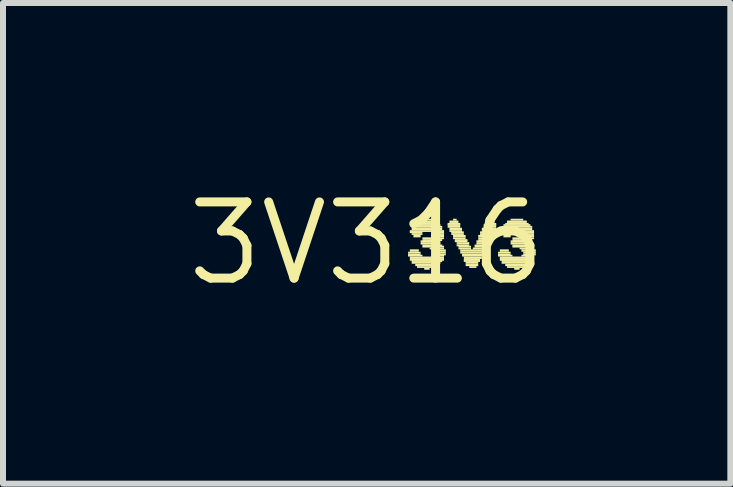
<source format=kicad_pcb>
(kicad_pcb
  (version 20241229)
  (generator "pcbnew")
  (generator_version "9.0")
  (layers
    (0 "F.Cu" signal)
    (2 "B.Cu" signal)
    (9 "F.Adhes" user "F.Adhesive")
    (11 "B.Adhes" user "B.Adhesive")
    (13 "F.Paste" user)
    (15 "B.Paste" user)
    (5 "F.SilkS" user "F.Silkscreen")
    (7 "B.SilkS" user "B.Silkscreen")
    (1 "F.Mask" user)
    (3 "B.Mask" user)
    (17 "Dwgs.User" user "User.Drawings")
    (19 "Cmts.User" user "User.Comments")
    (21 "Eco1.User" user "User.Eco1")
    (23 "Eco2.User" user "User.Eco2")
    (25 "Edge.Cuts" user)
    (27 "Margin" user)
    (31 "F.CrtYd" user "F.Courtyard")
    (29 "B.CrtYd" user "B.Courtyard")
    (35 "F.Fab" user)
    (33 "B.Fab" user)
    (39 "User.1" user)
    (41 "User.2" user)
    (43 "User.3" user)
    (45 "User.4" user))
  (footprint "3V316"
    (layer "F.Cu")
    (at 3.061 1.006)
    (property "Reference" "3V316" (at 0 0 0) (layer "F.SilkS") (effects (font (size 1.27 1.27) (thickness 0.15))))
    (fp_poly (pts (xy 0.69 0.17) (xy 0.9 0.17) (xy 0.9 0.14) (xy 0.69 0.14)) (stroke (width 0) (type default)) (fill yes) (layer "F.SilkS"))
    (fp_poly (pts (xy 0.69 0.2) (xy 0.9 0.2) (xy 0.9 0.17) (xy 0.69 0.17)) (stroke (width 0) (type default)) (fill yes) (layer "F.SilkS"))
    (fp_poly (pts (xy 0.69 0.22) (xy 0.93 0.22) (xy 0.93 0.19) (xy 0.69 0.19)) (stroke (width 0) (type default)) (fill yes) (layer "F.SilkS"))
    (fp_poly (pts (xy 0.72 -0.19) (xy 1.29 -0.19) (xy 1.29 -0.22) (xy 0.72 -0.22)) (stroke (width 0) (type default)) (fill yes) (layer "F.SilkS"))
    (fp_poly (pts (xy 0.72 -0.17) (xy 0.93 -0.17) (xy 0.93 -0.2) (xy 0.72 -0.2)) (stroke (width 0) (type default)) (fill yes) (layer "F.SilkS"))
    (fp_poly (pts (xy 0.72 0.14) (xy 0.87 0.14) (xy 0.87 0.1) (xy 0.72 0.1)) (stroke (width 0) (type default)) (fill yes) (layer "F.SilkS"))
    (fp_poly (pts (xy 0.72 0.26) (xy 1.29 0.26) (xy 1.29 0.22) (xy 0.72 0.22)) (stroke (width 0) (type default)) (fill yes) (layer "F.SilkS"))
    (fp_poly (pts (xy 0.72 0.29) (xy 1.29 0.29) (xy 1.29 0.26) (xy 0.72 0.26)) (stroke (width 0) (type default)) (fill yes) (layer "F.SilkS"))
    (fp_poly (pts (xy 0.75 -0.26) (xy 1.26 -0.26) (xy 1.26 -0.29) (xy 0.75 -0.29)) (stroke (width 0) (type default)) (fill yes) (layer "F.SilkS"))
    (fp_poly (pts (xy 0.75 -0.22) (xy 1.26 -0.22) (xy 1.26 -0.26) (xy 0.75 -0.26)) (stroke (width 0) (type default)) (fill yes) (layer "F.SilkS"))
    (fp_poly (pts (xy 0.75 -0.14) (xy 0.93 -0.14) (xy 0.93 -0.17) (xy 0.75 -0.17)) (stroke (width 0) (type default)) (fill yes) (layer "F.SilkS"))
    (fp_poly (pts (xy 0.75 0.31) (xy 1.26 0.31) (xy 1.26 0.28) (xy 0.75 0.28)) (stroke (width 0) (type default)) (fill yes) (layer "F.SilkS"))
    (fp_poly (pts (xy 0.75 0.34) (xy 1.23 0.34) (xy 1.23 0.31) (xy 0.75 0.31)) (stroke (width 0) (type default)) (fill yes) (layer "F.SilkS"))
    (fp_poly (pts (xy 0.78 -0.29) (xy 1.23 -0.29) (xy 1.23 -0.32) (xy 0.78 -0.32)) (stroke (width 0) (type default)) (fill yes) (layer "F.SilkS"))
    (fp_poly (pts (xy 0.78 -0.1) (xy 0.9 -0.1) (xy 0.9 -0.14) (xy 0.78 -0.14)) (stroke (width 0) (type default)) (fill yes) (layer "F.SilkS"))
    (fp_poly (pts (xy 0.81 -0.31) (xy 1.2 -0.31) (xy 1.2 -0.34) (xy 0.81 -0.34)) (stroke (width 0) (type default)) (fill yes) (layer "F.SilkS"))
    (fp_poly (pts (xy 0.81 0.38) (xy 1.2 0.38) (xy 1.2 0.34) (xy 0.81 0.34)) (stroke (width 0) (type default)) (fill yes) (layer "F.SilkS"))
    (fp_poly (pts (xy 0.84 -0.34) (xy 1.17 -0.34) (xy 1.17 -0.38) (xy 0.84 -0.38)) (stroke (width 0) (type default)) (fill yes) (layer "F.SilkS"))
    (fp_poly (pts (xy 0.84 0.41) (xy 1.14 0.41) (xy 1.14 0.38) (xy 0.84 0.38)) (stroke (width 0) (type default)) (fill yes) (layer "F.SilkS"))
    (fp_poly (pts (xy 0.9 -0.38) (xy 1.11 -0.38) (xy 1.11 -0.41) (xy 0.9 -0.41)) (stroke (width 0) (type default)) (fill yes) (layer "F.SilkS"))
    (fp_poly (pts (xy 0.9 -0.02) (xy 1.23 -0.02) (xy 1.23 -0.05) (xy 0.9 -0.05)) (stroke (width 0) (type default)) (fill yes) (layer "F.SilkS"))
    (fp_poly (pts (xy 0.9 0.02) (xy 1.23 0.02) (xy 1.23 -0.02) (xy 0.9 -0.02)) (stroke (width 0) (type default)) (fill yes) (layer "F.SilkS"))
    (fp_poly (pts (xy 0.93 -0.07) (xy 1.29 -0.07) (xy 1.29 -0.1) (xy 0.93 -0.1)) (stroke (width 0) (type default)) (fill yes) (layer "F.SilkS"))
    (fp_poly (pts (xy 0.93 -0.04) (xy 1.26 -0.04) (xy 1.26 -0.07) (xy 0.93 -0.07)) (stroke (width 0) (type default)) (fill yes) (layer "F.SilkS"))
    (fp_poly (pts (xy 0.93 0.05) (xy 1.26 0.05) (xy 1.26 0.02) (xy 0.93 0.02)) (stroke (width 0) (type default)) (fill yes) (layer "F.SilkS"))
    (fp_poly (pts (xy 0.93 0.07) (xy 1.29 0.07) (xy 1.29 0.04) (xy 0.93 0.04)) (stroke (width 0) (type default)) (fill yes) (layer "F.SilkS"))
    (fp_poly (pts (xy 0.96 0.44) (xy 1.05 0.44) (xy 1.05 0.41) (xy 0.96 0.41)) (stroke (width 0) (type default)) (fill yes) (layer "F.SilkS"))
    (fp_poly (pts (xy 1.05 0.1) (xy 1.29 0.1) (xy 1.29 0.07) (xy 1.05 0.07)) (stroke (width 0) (type default)) (fill yes) (layer "F.SilkS"))
    (fp_poly (pts (xy 1.08 -0.17) (xy 1.29 -0.17) (xy 1.29 -0.2) (xy 1.08 -0.2)) (stroke (width 0) (type default)) (fill yes) (layer "F.SilkS"))
    (fp_poly (pts (xy 1.08 -0.14) (xy 1.29 -0.14) (xy 1.29 -0.17) (xy 1.08 -0.17)) (stroke (width 0) (type default)) (fill yes) (layer "F.SilkS"))
    (fp_poly (pts (xy 1.08 -0.1) (xy 1.29 -0.1) (xy 1.29 -0.14) (xy 1.08 -0.14)) (stroke (width 0) (type default)) (fill yes) (layer "F.SilkS"))
    (fp_poly (pts (xy 1.08 0.14) (xy 1.32 0.14) (xy 1.32 0.1) (xy 1.08 0.1)) (stroke (width 0) (type default)) (fill yes) (layer "F.SilkS"))
    (fp_poly (pts (xy 1.08 0.22) (xy 1.29 0.22) (xy 1.29 0.19) (xy 1.08 0.19)) (stroke (width 0) (type default)) (fill yes) (layer "F.SilkS"))
    (fp_poly (pts (xy 1.11 0.17) (xy 1.32 0.17) (xy 1.32 0.14) (xy 1.11 0.14)) (stroke (width 0) (type default)) (fill yes) (layer "F.SilkS"))
    (fp_poly (pts (xy 1.11 0.2) (xy 1.32 0.2) (xy 1.32 0.17) (xy 1.11 0.17)) (stroke (width 0) (type default)) (fill yes) (layer "F.SilkS"))
    (fp_poly (pts (xy 1.35 -0.31) (xy 1.56 -0.31) (xy 1.56 -0.34) (xy 1.35 -0.34)) (stroke (width 0) (type default)) (fill yes) (layer "F.SilkS"))
    (fp_poly (pts (xy 1.35 -0.29) (xy 1.56 -0.29) (xy 1.56 -0.32) (xy 1.35 -0.32)) (stroke (width 0) (type default)) (fill yes) (layer "F.SilkS"))
    (fp_poly (pts (xy 1.35 -0.26) (xy 1.56 -0.26) (xy 1.56 -0.29) (xy 1.35 -0.29)) (stroke (width 0) (type default)) (fill yes) (layer "F.SilkS"))
    (fp_poly (pts (xy 1.38 -0.34) (xy 1.53 -0.34) (xy 1.53 -0.38) (xy 1.38 -0.38)) (stroke (width 0) (type default)) (fill yes) (layer "F.SilkS"))
    (fp_poly (pts (xy 1.38 -0.22) (xy 1.59 -0.22) (xy 1.59 -0.26) (xy 1.38 -0.26)) (stroke (width 0) (type default)) (fill yes) (layer "F.SilkS"))
    (fp_poly (pts (xy 1.38 -0.19) (xy 1.59 -0.19) (xy 1.59 -0.22) (xy 1.38 -0.22)) (stroke (width 0) (type default)) (fill yes) (layer "F.SilkS"))
    (fp_poly (pts (xy 1.41 -0.17) (xy 1.62 -0.17) (xy 1.62 -0.2) (xy 1.41 -0.2)) (stroke (width 0) (type default)) (fill yes) (layer "F.SilkS"))
    (fp_poly (pts (xy 1.41 -0.14) (xy 1.62 -0.14) (xy 1.62 -0.17) (xy 1.41 -0.17)) (stroke (width 0) (type default)) (fill yes) (layer "F.SilkS"))
    (fp_poly (pts (xy 1.44 -0.38) (xy 1.5 -0.38) (xy 1.5 -0.41) (xy 1.44 -0.41)) (stroke (width 0) (type default)) (fill yes) (layer "F.SilkS"))
    (fp_poly (pts (xy 1.44 -0.1) (xy 1.65 -0.1) (xy 1.65 -0.14) (xy 1.44 -0.14)) (stroke (width 0) (type default)) (fill yes) (layer "F.SilkS"))
    (fp_poly (pts (xy 1.44 -0.07) (xy 1.65 -0.07) (xy 1.65 -0.1) (xy 1.44 -0.1)) (stroke (width 0) (type default)) (fill yes) (layer "F.SilkS"))
    (fp_poly (pts (xy 1.47 -0.04) (xy 1.68 -0.04) (xy 1.68 -0.07) (xy 1.47 -0.07)) (stroke (width 0) (type default)) (fill yes) (layer "F.SilkS"))
    (fp_poly (pts (xy 1.47 -0.02) (xy 1.68 -0.02) (xy 1.68 -0.05) (xy 1.47 -0.05)) (stroke (width 0) (type default)) (fill yes) (layer "F.SilkS"))
    (fp_poly (pts (xy 1.5 0.02) (xy 1.71 0.02) (xy 1.71 -0.02) (xy 1.5 -0.02)) (stroke (width 0) (type default)) (fill yes) (layer "F.SilkS"))
    (fp_poly (pts (xy 1.5 0.05) (xy 1.71 0.05) (xy 1.71 0.02) (xy 1.5 0.02)) (stroke (width 0) (type default)) (fill yes) (layer "F.SilkS"))
    (fp_poly (pts (xy 1.53 0.07) (xy 1.74 0.07) (xy 1.74 0.04) (xy 1.53 0.04)) (stroke (width 0) (type default)) (fill yes) (layer "F.SilkS"))
    (fp_poly (pts (xy 1.53 0.1) (xy 1.74 0.1) (xy 1.74 0.07) (xy 1.53 0.07)) (stroke (width 0) (type default)) (fill yes) (layer "F.SilkS"))
    (fp_poly (pts (xy 1.56 0.14) (xy 1.98 0.14) (xy 1.98 0.1) (xy 1.56 0.1)) (stroke (width 0) (type default)) (fill yes) (layer "F.SilkS"))
    (fp_poly (pts (xy 1.56 0.17) (xy 1.95 0.17) (xy 1.95 0.14) (xy 1.56 0.14)) (stroke (width 0) (type default)) (fill yes) (layer "F.SilkS"))
    (fp_poly (pts (xy 1.59 0.2) (xy 1.95 0.2) (xy 1.95 0.17) (xy 1.59 0.17)) (stroke (width 0) (type default)) (fill yes) (layer "F.SilkS"))
    (fp_poly (pts (xy 1.59 0.22) (xy 1.92 0.22) (xy 1.92 0.19) (xy 1.59 0.19)) (stroke (width 0) (type default)) (fill yes) (layer "F.SilkS"))
    (fp_poly (pts (xy 1.62 0.26) (xy 1.92 0.26) (xy 1.92 0.22) (xy 1.62 0.22)) (stroke (width 0) (type default)) (fill yes) (layer "F.SilkS"))
    (fp_poly (pts (xy 1.62 0.29) (xy 1.89 0.29) (xy 1.89 0.26) (xy 1.62 0.26)) (stroke (width 0) (type default)) (fill yes) (layer "F.SilkS"))
    (fp_poly (pts (xy 1.62 0.31) (xy 1.89 0.31) (xy 1.89 0.28) (xy 1.62 0.28)) (stroke (width 0) (type default)) (fill yes) (layer "F.SilkS"))
    (fp_poly (pts (xy 1.65 0.34) (xy 1.86 0.34) (xy 1.86 0.31) (xy 1.65 0.31)) (stroke (width 0) (type default)) (fill yes) (layer "F.SilkS"))
    (fp_poly (pts (xy 1.65 0.38) (xy 1.86 0.38) (xy 1.86 0.34) (xy 1.65 0.34)) (stroke (width 0) (type default)) (fill yes) (layer "F.SilkS"))
    (fp_poly (pts (xy 1.71 0.41) (xy 1.83 0.41) (xy 1.83 0.38) (xy 1.71 0.38)) (stroke (width 0) (type default)) (fill yes) (layer "F.SilkS"))
    (fp_poly (pts (xy 1.77 0.1) (xy 1.98 0.1) (xy 1.98 0.07) (xy 1.77 0.07)) (stroke (width 0) (type default)) (fill yes) (layer "F.SilkS"))
    (fp_poly (pts (xy 1.8 0.05) (xy 2.01 0.05) (xy 2.01 0.02) (xy 1.8 0.02)) (stroke (width 0) (type default)) (fill yes) (layer "F.SilkS"))
    (fp_poly (pts (xy 1.8 0.07) (xy 2.01 0.07) (xy 2.01 0.04) (xy 1.8 0.04)) (stroke (width 0) (type default)) (fill yes) (layer "F.SilkS"))
    (fp_poly (pts (xy 1.83 -0.02) (xy 2.04 -0.02) (xy 2.04 -0.05) (xy 1.83 -0.05)) (stroke (width 0) (type default)) (fill yes) (layer "F.SilkS"))
    (fp_poly (pts (xy 1.83 0.02) (xy 2.04 0.02) (xy 2.04 -0.02) (xy 1.83 -0.02)) (stroke (width 0) (type default)) (fill yes) (layer "F.SilkS"))
    (fp_poly (pts (xy 1.86 -0.1) (xy 2.1 -0.1) (xy 2.1 -0.14) (xy 1.86 -0.14)) (stroke (width 0) (type default)) (fill yes) (layer "F.SilkS"))
    (fp_poly (pts (xy 1.86 -0.07) (xy 2.07 -0.07) (xy 2.07 -0.1) (xy 1.86 -0.1)) (stroke (width 0) (type default)) (fill yes) (layer "F.SilkS"))
    (fp_poly (pts (xy 1.86 -0.04) (xy 2.07 -0.04) (xy 2.07 -0.07) (xy 1.86 -0.07)) (stroke (width 0) (type default)) (fill yes) (layer "F.SilkS"))
    (fp_poly (pts (xy 1.89 -0.17) (xy 2.13 -0.17) (xy 2.13 -0.2) (xy 1.89 -0.2)) (stroke (width 0) (type default)) (fill yes) (layer "F.SilkS"))
    (fp_poly (pts (xy 1.89 -0.14) (xy 2.1 -0.14) (xy 2.1 -0.17) (xy 1.89 -0.17)) (stroke (width 0) (type default)) (fill yes) (layer "F.SilkS"))
    (fp_poly (pts (xy 1.92 -0.22) (xy 2.16 -0.22) (xy 2.16 -0.26) (xy 1.92 -0.26)) (stroke (width 0) (type default)) (fill yes) (layer "F.SilkS"))
    (fp_poly (pts (xy 1.92 -0.19) (xy 2.13 -0.19) (xy 2.13 -0.22) (xy 1.92 -0.22)) (stroke (width 0) (type default)) (fill yes) (layer "F.SilkS"))
    (fp_poly (pts (xy 1.95 -0.29) (xy 2.16 -0.29) (xy 2.16 -0.32) (xy 1.95 -0.32)) (stroke (width 0) (type default)) (fill yes) (layer "F.SilkS"))
    (fp_poly (pts (xy 1.95 -0.26) (xy 2.16 -0.26) (xy 2.16 -0.29) (xy 1.95 -0.29)) (stroke (width 0) (type default)) (fill yes) (layer "F.SilkS"))
    (fp_poly (pts (xy 1.98 -0.34) (xy 2.13 -0.34) (xy 2.13 -0.38) (xy 1.98 -0.38)) (stroke (width 0) (type default)) (fill yes) (layer "F.SilkS"))
    (fp_poly (pts (xy 1.98 -0.31) (xy 2.16 -0.31) (xy 2.16 -0.34) (xy 1.98 -0.34)) (stroke (width 0) (type default)) (fill yes) (layer "F.SilkS"))
    (fp_poly (pts (xy 2.01 -0.38) (xy 2.07 -0.38) (xy 2.07 -0.41) (xy 2.01 -0.41)) (stroke (width 0) (type default)) (fill yes) (layer "F.SilkS"))
    (fp_poly (pts (xy 2.19 0.17) (xy 2.4 0.17) (xy 2.4 0.14) (xy 2.19 0.14)) (stroke (width 0) (type default)) (fill yes) (layer "F.SilkS"))
    (fp_poly (pts (xy 2.19 0.2) (xy 2.4 0.2) (xy 2.4 0.17) (xy 2.19 0.17)) (stroke (width 0) (type default)) (fill yes) (layer "F.SilkS"))
    (fp_poly (pts (xy 2.19 0.22) (xy 2.43 0.22) (xy 2.43 0.19) (xy 2.19 0.19)) (stroke (width 0) (type default)) (fill yes) (layer "F.SilkS"))
    (fp_poly (pts (xy 2.22 -0.19) (xy 2.79 -0.19) (xy 2.79 -0.22) (xy 2.22 -0.22)) (stroke (width 0) (type default)) (fill yes) (layer "F.SilkS"))
    (fp_poly (pts (xy 2.22 -0.17) (xy 2.43 -0.17) (xy 2.43 -0.2) (xy 2.22 -0.2)) (stroke (width 0) (type default)) (fill yes) (layer "F.SilkS"))
    (fp_poly (pts (xy 2.22 0.14) (xy 2.37 0.14) (xy 2.37 0.1) (xy 2.22 0.1)) (stroke (width 0) (type default)) (fill yes) (layer "F.SilkS"))
    (fp_poly (pts (xy 2.22 0.26) (xy 2.79 0.26) (xy 2.79 0.22) (xy 2.22 0.22)) (stroke (width 0) (type default)) (fill yes) (layer "F.SilkS"))
    (fp_poly (pts (xy 2.22 0.29) (xy 2.79 0.29) (xy 2.79 0.26) (xy 2.22 0.26)) (stroke (width 0) (type default)) (fill yes) (layer "F.SilkS"))
    (fp_poly (pts (xy 2.25 -0.26) (xy 2.76 -0.26) (xy 2.76 -0.29) (xy 2.25 -0.29)) (stroke (width 0) (type default)) (fill yes) (layer "F.SilkS"))
    (fp_poly (pts (xy 2.25 -0.22) (xy 2.76 -0.22) (xy 2.76 -0.26) (xy 2.25 -0.26)) (stroke (width 0) (type default)) (fill yes) (layer "F.SilkS"))
    (fp_poly (pts (xy 2.25 -0.14) (xy 2.43 -0.14) (xy 2.43 -0.17) (xy 2.25 -0.17)) (stroke (width 0) (type default)) (fill yes) (layer "F.SilkS"))
    (fp_poly (pts (xy 2.25 0.31) (xy 2.76 0.31) (xy 2.76 0.28) (xy 2.25 0.28)) (stroke (width 0) (type default)) (fill yes) (layer "F.SilkS"))
    (fp_poly (pts (xy 2.25 0.34) (xy 2.73 0.34) (xy 2.73 0.31) (xy 2.25 0.31)) (stroke (width 0) (type default)) (fill yes) (layer "F.SilkS"))
    (fp_poly (pts (xy 2.28 -0.29) (xy 2.73 -0.29) (xy 2.73 -0.32) (xy 2.28 -0.32)) (stroke (width 0) (type default)) (fill yes) (layer "F.SilkS"))
    (fp_poly (pts (xy 2.28 -0.1) (xy 2.4 -0.1) (xy 2.4 -0.14) (xy 2.28 -0.14)) (stroke (width 0) (type default)) (fill yes) (layer "F.SilkS"))
    (fp_poly (pts (xy 2.31 -0.31) (xy 2.7 -0.31) (xy 2.7 -0.34) (xy 2.31 -0.34)) (stroke (width 0) (type default)) (fill yes) (layer "F.SilkS"))
    (fp_poly (pts (xy 2.31 0.38) (xy 2.7 0.38) (xy 2.7 0.34) (xy 2.31 0.34)) (stroke (width 0) (type default)) (fill yes) (layer "F.SilkS"))
    (fp_poly (pts (xy 2.34 -0.34) (xy 2.67 -0.34) (xy 2.67 -0.38) (xy 2.34 -0.38)) (stroke (width 0) (type default)) (fill yes) (layer "F.SilkS"))
    (fp_poly (pts (xy 2.34 0.41) (xy 2.64 0.41) (xy 2.64 0.38) (xy 2.34 0.38)) (stroke (width 0) (type default)) (fill yes) (layer "F.SilkS"))
    (fp_poly (pts (xy 2.4 -0.38) (xy 2.61 -0.38) (xy 2.61 -0.41) (xy 2.4 -0.41)) (stroke (width 0) (type default)) (fill yes) (layer "F.SilkS"))
    (fp_poly (pts (xy 2.4 -0.02) (xy 2.73 -0.02) (xy 2.73 -0.05) (xy 2.4 -0.05)) (stroke (width 0) (type default)) (fill yes) (layer "F.SilkS"))
    (fp_poly (pts (xy 2.4 0.02) (xy 2.73 0.02) (xy 2.73 -0.02) (xy 2.4 -0.02)) (stroke (width 0) (type default)) (fill yes) (layer "F.SilkS"))
    (fp_poly (pts (xy 2.43 -0.07) (xy 2.79 -0.07) (xy 2.79 -0.1) (xy 2.43 -0.1)) (stroke (width 0) (type default)) (fill yes) (layer "F.SilkS"))
    (fp_poly (pts (xy 2.43 -0.04) (xy 2.76 -0.04) (xy 2.76 -0.07) (xy 2.43 -0.07)) (stroke (width 0) (type default)) (fill yes) (layer "F.SilkS"))
    (fp_poly (pts (xy 2.43 0.05) (xy 2.76 0.05) (xy 2.76 0.02) (xy 2.43 0.02)) (stroke (width 0) (type default)) (fill yes) (layer "F.SilkS"))
    (fp_poly (pts (xy 2.43 0.07) (xy 2.79 0.07) (xy 2.79 0.04) (xy 2.43 0.04)) (stroke (width 0) (type default)) (fill yes) (layer "F.SilkS"))
    (fp_poly (pts (xy 2.46 0.44) (xy 2.55 0.44) (xy 2.55 0.41) (xy 2.46 0.41)) (stroke (width 0) (type default)) (fill yes) (layer "F.SilkS"))
    (fp_poly (pts (xy 2.55 0.1) (xy 2.79 0.1) (xy 2.79 0.07) (xy 2.55 0.07)) (stroke (width 0) (type default)) (fill yes) (layer "F.SilkS"))
    (fp_poly (pts (xy 2.58 -0.17) (xy 2.79 -0.17) (xy 2.79 -0.2) (xy 2.58 -0.2)) (stroke (width 0) (type default)) (fill yes) (layer "F.SilkS"))
    (fp_poly (pts (xy 2.58 -0.14) (xy 2.79 -0.14) (xy 2.79 -0.17) (xy 2.58 -0.17)) (stroke (width 0) (type default)) (fill yes) (layer "F.SilkS"))
    (fp_poly (pts (xy 2.58 -0.1) (xy 2.79 -0.1) (xy 2.79 -0.14) (xy 2.58 -0.14)) (stroke (width 0) (type default)) (fill yes) (layer "F.SilkS"))
    (fp_poly (pts (xy 2.58 0.14) (xy 2.82 0.14) (xy 2.82 0.1) (xy 2.58 0.1)) (stroke (width 0) (type default)) (fill yes) (layer "F.SilkS"))
    (fp_poly (pts (xy 2.58 0.22) (xy 2.79 0.22) (xy 2.79 0.19) (xy 2.58 0.19)) (stroke (width 0) (type default)) (fill yes) (layer "F.SilkS"))
    (fp_poly (pts (xy 2.61 0.17) (xy 2.82 0.17) (xy 2.82 0.14) (xy 2.61 0.14)) (stroke (width 0) (type default)) (fill yes) (layer "F.SilkS"))
    (fp_poly (pts (xy 2.61 0.2) (xy 2.82 0.2) (xy 2.82 0.17) (xy 2.61 0.17)) (stroke (width 0) (type default)) (fill yes) (layer "F.SilkS")))
  (gr_rect
    (start -3 -3)
    (end 9.123 5.012)
    (stroke (width 0.1) (type default))
    (fill no)
    (layer "Edge.Cuts")))
</source>
